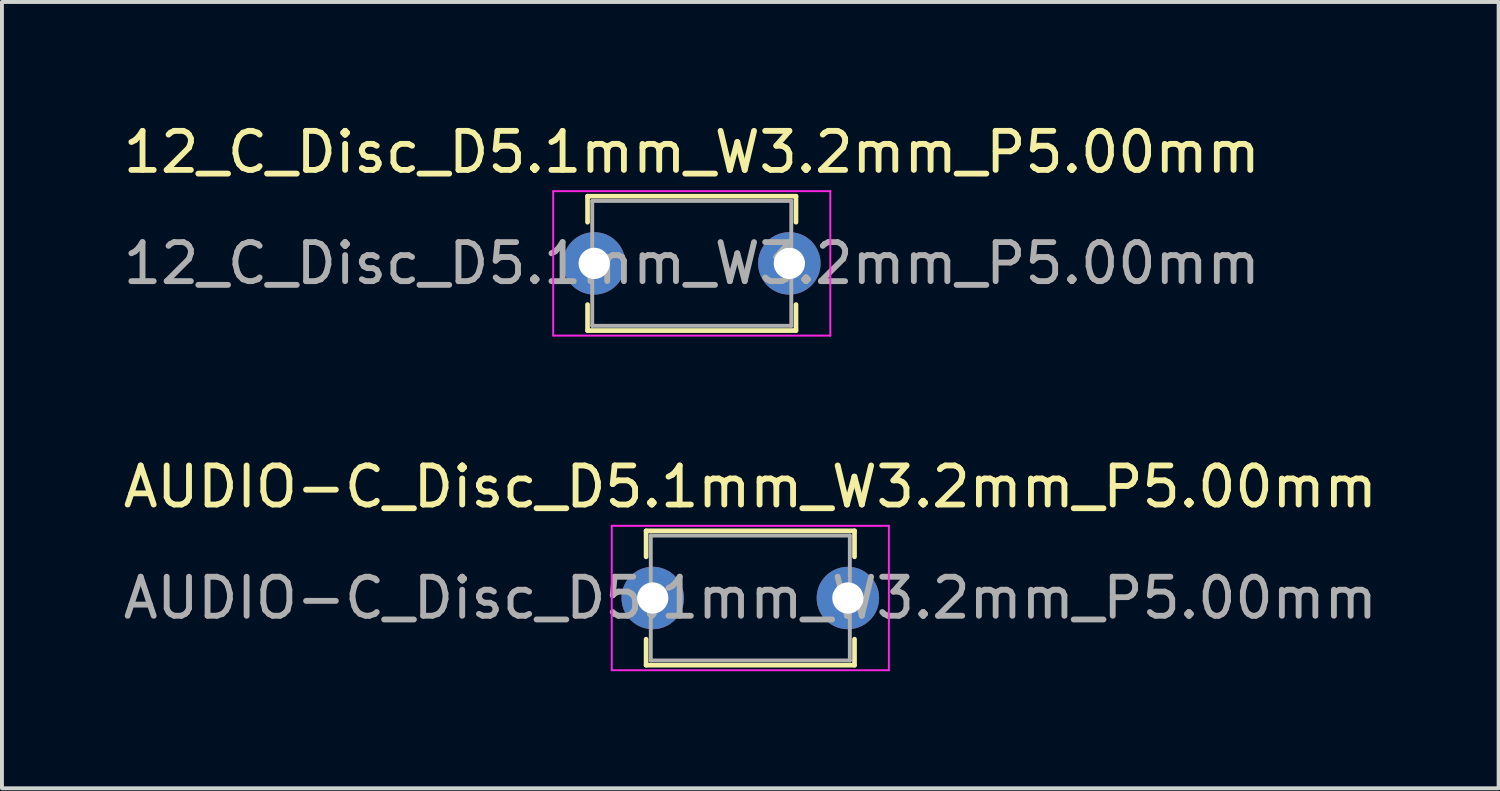
<source format=kicad_pcb>
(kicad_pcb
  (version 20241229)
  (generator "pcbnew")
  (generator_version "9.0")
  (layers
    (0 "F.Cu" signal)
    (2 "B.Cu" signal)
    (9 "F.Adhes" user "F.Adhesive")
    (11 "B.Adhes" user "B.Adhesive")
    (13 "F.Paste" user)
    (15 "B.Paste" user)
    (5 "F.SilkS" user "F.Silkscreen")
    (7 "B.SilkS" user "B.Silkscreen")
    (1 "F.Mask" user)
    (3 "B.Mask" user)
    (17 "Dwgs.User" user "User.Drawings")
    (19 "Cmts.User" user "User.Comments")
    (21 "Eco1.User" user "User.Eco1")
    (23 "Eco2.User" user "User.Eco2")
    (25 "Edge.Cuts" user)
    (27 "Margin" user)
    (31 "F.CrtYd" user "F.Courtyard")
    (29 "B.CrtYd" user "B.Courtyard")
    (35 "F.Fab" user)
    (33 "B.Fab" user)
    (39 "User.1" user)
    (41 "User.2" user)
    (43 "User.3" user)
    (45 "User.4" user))
  (footprint "AUDIO-C_Disc_D5.1mm_W3.2mm_P5.00mm"
    (layer "F.Cu")
    (at 13.673 12.271)
    (property "Reference" "AUDIO-C_Disc_D5.1mm_W3.2mm_P5.00mm" (at 2.5 -2.85 0) (layer "F.SilkS") (effects (font (size 1 1) (thickness 0.15))))
    (attr through_hole)
    (fp_line (start -0.17 -1.721) (end -0.17 -1.055) (stroke (width 0.12) (type solid)) (layer "F.SilkS"))
    (fp_line (start -0.17 -1.721) (end 5.17 -1.721) (stroke (width 0.12) (type solid)) (layer "F.SilkS"))
    (fp_line (start -0.17 1.055) (end -0.17 1.721) (stroke (width 0.12) (type solid)) (layer "F.SilkS"))
    (fp_line (start -0.17 1.721) (end 5.17 1.721) (stroke (width 0.12) (type solid)) (layer "F.SilkS"))
    (fp_line (start 5.17 -1.721) (end 5.17 -1.055) (stroke (width 0.12) (type solid)) (layer "F.SilkS"))
    (fp_line (start 5.17 1.055) (end 5.17 1.721) (stroke (width 0.12) (type solid)) (layer "F.SilkS"))
    (fp_line (start -1.05 -1.85) (end -1.05 1.85) (stroke (width 0.05) (type solid)) (layer "F.CrtYd"))
    (fp_line (start -1.05 1.85) (end 6.05 1.85) (stroke (width 0.05) (type solid)) (layer "F.CrtYd"))
    (fp_line (start 6.05 -1.85) (end -1.05 -1.85) (stroke (width 0.05) (type solid)) (layer "F.CrtYd"))
    (fp_line (start 6.05 1.85) (end 6.05 -1.85) (stroke (width 0.05) (type solid)) (layer "F.CrtYd"))
    (fp_line (start -0.05 -1.6) (end -0.05 1.6) (stroke (width 0.1) (type solid)) (layer "F.Fab"))
    (fp_line (start -0.05 1.6) (end 5.05 1.6) (stroke (width 0.1) (type solid)) (layer "F.Fab"))
    (fp_line (start 5.05 -1.6) (end -0.05 -1.6) (stroke (width 0.1) (type solid)) (layer "F.Fab"))
    (fp_line (start 5.05 1.6) (end 5.05 -1.6) (stroke (width 0.1) (type solid)) (layer "F.Fab"))
    (fp_text user "${REFERENCE}" (at 2.5 0 0) (layer "F.Fab") (effects (font (size 1 1) (thickness 0.15))))
    (pad "S" thru_hole circle (at 5 0) (size 1.6 1.6) (drill 0.8) (layers "*.Cu" "*.Mask"))
    (pad "T" thru_hole circle (at 0 0) (size 1.6 1.6) (drill 0.8) (layers "*.Cu" "*.Mask")))
  (footprint "12_C_Disc_D5.1mm_W3.2mm_P5.00mm"
    (layer "F.Cu")
    (at 12.173 3.698)
    (property "Reference" "12_C_Disc_D5.1mm_W3.2mm_P5.00mm" (at 2.5 -2.85 0) (layer "F.SilkS") (effects (font (size 1 1) (thickness 0.15))))
    (attr through_hole)
    (fp_line (start -0.17 -1.721) (end -0.17 -1.055) (stroke (width 0.12) (type solid)) (layer "F.SilkS"))
    (fp_line (start -0.17 -1.721) (end 5.17 -1.721) (stroke (width 0.12) (type solid)) (layer "F.SilkS"))
    (fp_line (start -0.17 1.055) (end -0.17 1.721) (stroke (width 0.12) (type solid)) (layer "F.SilkS"))
    (fp_line (start -0.17 1.721) (end 5.17 1.721) (stroke (width 0.12) (type solid)) (layer "F.SilkS"))
    (fp_line (start 5.17 -1.721) (end 5.17 -1.055) (stroke (width 0.12) (type solid)) (layer "F.SilkS"))
    (fp_line (start 5.17 1.055) (end 5.17 1.721) (stroke (width 0.12) (type solid)) (layer "F.SilkS"))
    (fp_line (start -1.05 -1.85) (end -1.05 1.85) (stroke (width 0.05) (type solid)) (layer "F.CrtYd"))
    (fp_line (start -1.05 1.85) (end 6.05 1.85) (stroke (width 0.05) (type solid)) (layer "F.CrtYd"))
    (fp_line (start 6.05 -1.85) (end -1.05 -1.85) (stroke (width 0.05) (type solid)) (layer "F.CrtYd"))
    (fp_line (start 6.05 1.85) (end 6.05 -1.85) (stroke (width 0.05) (type solid)) (layer "F.CrtYd"))
    (fp_line (start -0.05 -1.6) (end -0.05 1.6) (stroke (width 0.1) (type solid)) (layer "F.Fab"))
    (fp_line (start -0.05 1.6) (end 5.05 1.6) (stroke (width 0.1) (type solid)) (layer "F.Fab"))
    (fp_line (start 5.05 -1.6) (end -0.05 -1.6) (stroke (width 0.1) (type solid)) (layer "F.Fab"))
    (fp_line (start 5.05 1.6) (end 5.05 -1.6) (stroke (width 0.1) (type solid)) (layer "F.Fab"))
    (fp_text user "${REFERENCE}" (at 2.5 0 0) (layer "F.Fab") (effects (font (size 1 1) (thickness 0.15))))
    (pad "1" thru_hole circle (at 0 0) (size 1.6 1.6) (drill 0.8) (layers "*.Cu" "*.Mask"))
    (pad "2" thru_hole circle (at 5 0) (size 1.6 1.6) (drill 0.8) (layers "*.Cu" "*.Mask")))
  (gr_rect
    (start -3 -3)
    (end 35.345 17.146)
    (stroke (width 0.1) (type default))
    (fill no)
    (layer "Edge.Cuts")))
</source>
